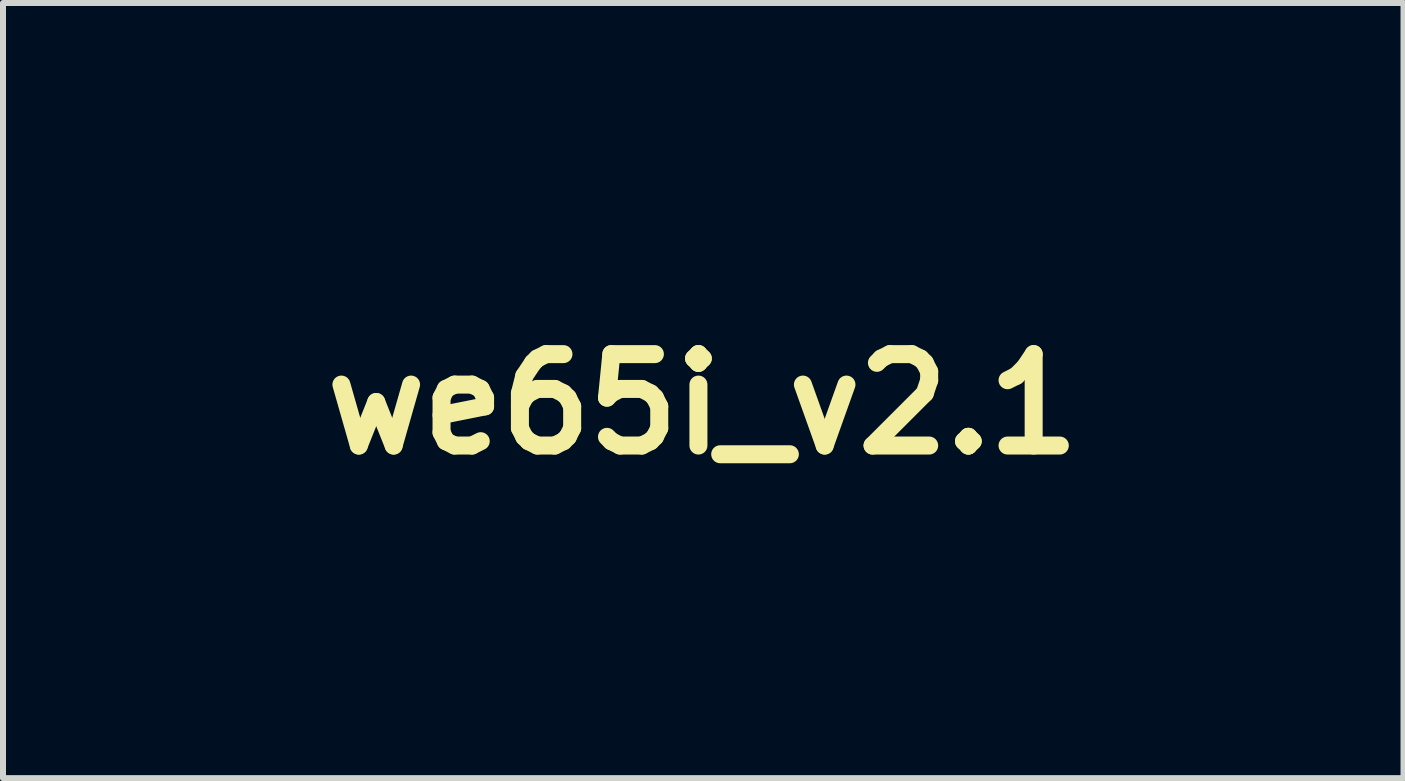
<source format=kicad_pcb>
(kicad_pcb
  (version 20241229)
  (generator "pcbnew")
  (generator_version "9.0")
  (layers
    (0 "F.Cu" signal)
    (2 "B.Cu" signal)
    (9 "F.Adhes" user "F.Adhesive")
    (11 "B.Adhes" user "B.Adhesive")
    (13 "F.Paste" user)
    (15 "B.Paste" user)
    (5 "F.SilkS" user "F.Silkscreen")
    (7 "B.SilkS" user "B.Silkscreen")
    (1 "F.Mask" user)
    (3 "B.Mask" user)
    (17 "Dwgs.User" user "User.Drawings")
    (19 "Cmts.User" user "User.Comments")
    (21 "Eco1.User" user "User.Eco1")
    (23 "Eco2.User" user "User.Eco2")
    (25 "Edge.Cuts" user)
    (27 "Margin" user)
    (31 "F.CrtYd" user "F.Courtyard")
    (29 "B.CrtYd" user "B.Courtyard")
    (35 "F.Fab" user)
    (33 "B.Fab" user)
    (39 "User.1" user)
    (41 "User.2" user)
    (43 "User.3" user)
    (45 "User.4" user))
  (footprint "we65i_v2.1"
    (layer "F.Cu")
    (at 8.664 3.687)
    (property "Reference" "we65i_v2.1" (at 0 0 0) (layer "F.SilkS") (effects (font (size 1.524 1.524) (thickness 0.3))))
    (attr through_hole)
    (fp_poly (pts (xy 8.451 -0.492) (xy 7.679 -0.492) (xy 7.679 -2.622) (xy 8.451 -2.622) (xy 8.451 -0.492)) (stroke (width 0.01) (type solid)) (fill yes) (layer "F.Mask"))
    (fp_poly (pts (xy -5.689 1.966) (xy -5.501 1.966) (xy -5.501 2.247) (xy -6.204 2.247) (xy -6.204 1.966) (xy -5.992 1.966) (xy -5.998 1.691) (xy -6.005 1.416) (xy -6.18 1.402) (xy -6.18 1.147) (xy -5.689 1.147) (xy -5.689 1.966)) (stroke (width 0.01) (type solid)) (fill yes) (layer "F.Mask"))
    (fp_poly (pts (xy 5.338 1.966) (xy 5.525 1.966) (xy 5.525 2.247) (xy 4.822 2.247) (xy 4.822 1.966) (xy 5.035 1.966) (xy 5.028 1.691) (xy 5.021 1.416) (xy 4.846 1.402) (xy 4.846 1.147) (xy 5.338 1.147) (xy 5.338 1.966)) (stroke (width 0.01) (type solid)) (fill yes) (layer "F.Mask"))
    (fp_poly (pts (xy -6.382 1.962) (xy -6.327 2.011) (xy -6.301 2.077) (xy -6.306 2.149) (xy -6.349 2.214) (xy -6.359 2.222) (xy -6.433 2.264) (xy -6.5 2.261) (xy -6.568 2.213) (xy -6.568 2.213) (xy -6.615 2.146) (xy -6.618 2.079) (xy -6.577 2.005) (xy -6.577 2.005) (xy -6.512 1.953) (xy -6.459 1.943) (xy -6.382 1.962)) (stroke (width 0.01) (type solid)) (fill yes) (layer "F.Mask"))
    (fp_poly (pts (xy 8.201 -3.661) (xy 8.314 -3.601) (xy 8.401 -3.509) (xy 8.457 -3.391) (xy 8.474 -3.266) (xy 8.453 -3.132) (xy 8.395 -3.018) (xy 8.306 -2.928) (xy 8.195 -2.868) (xy 8.069 -2.845) (xy 7.962 -2.856) (xy 7.849 -2.905) (xy 7.75 -2.988) (xy 7.676 -3.095) (xy 7.642 -3.194) (xy 7.642 -3.313) (xy 7.68 -3.433) (xy 7.749 -3.542) (xy 7.842 -3.626) (xy 7.874 -3.644) (xy 7.941 -3.667) (xy 8.028 -3.68) (xy 8.07 -3.682) (xy 8.201 -3.661)) (stroke (width 0.01) (type solid)) (fill yes) (layer "F.Mask"))
    (fp_poly (pts (xy 1.56 -1.663) (xy 1.594 -1.654) (xy 1.743 -1.589) (xy 1.863 -1.493) (xy 1.953 -1.372) (xy 2.011 -1.234) (xy 2.037 -1.087) (xy 2.028 -0.936) (xy 1.982 -0.789) (xy 1.9 -0.654) (xy 1.827 -0.577) (xy 1.723 -0.496) (xy 1.62 -0.447) (xy 1.502 -0.425) (xy 1.41 -0.421) (xy 1.299 -0.427) (xy 1.209 -0.447) (xy 1.129 -0.482) (xy 0.987 -0.577) (xy 0.881 -0.7) (xy 0.813 -0.848) (xy 0.787 -1.016) (xy 0.787 -1.03) (xy 0.797 -1.183) (xy 0.834 -1.308) (xy 0.902 -1.42) (xy 0.944 -1.469) (xy 1.079 -1.584) (xy 1.228 -1.656) (xy 1.389 -1.682) (xy 1.56 -1.663)) (stroke (width 0.01) (type solid)) (fill yes) (layer "F.Mask"))
    (fp_poly (pts (xy 8.343 1.432) (xy 8.45 1.488) (xy 8.531 1.574) (xy 8.54 1.589) (xy 8.563 1.634) (xy 8.577 1.682) (xy 8.586 1.744) (xy 8.59 1.83) (xy 8.592 1.952) (xy 8.592 1.964) (xy 8.592 2.247) (xy 8.287 2.247) (xy 8.287 1.995) (xy 8.285 1.868) (xy 8.278 1.781) (xy 8.263 1.727) (xy 8.236 1.698) (xy 8.196 1.687) (xy 8.17 1.686) (xy 8.122 1.69) (xy 8.089 1.71) (xy 8.069 1.75) (xy 8.058 1.82) (xy 8.053 1.925) (xy 8.053 1.995) (xy 8.053 2.247) (xy 7.745 2.247) (xy 7.753 1.945) (xy 7.759 1.798) (xy 7.77 1.69) (xy 7.79 1.611) (xy 7.824 1.553) (xy 7.874 1.507) (xy 7.944 1.466) (xy 7.96 1.457) (xy 8.087 1.414) (xy 8.218 1.406) (xy 8.343 1.432)) (stroke (width 0.01) (type solid)) (fill yes) (layer "F.Mask"))
    (fp_poly (pts (xy -7.093 1.152) (xy -6.982 1.169) (xy -6.9 1.202) (xy -6.84 1.254) (xy -6.794 1.328) (xy -6.787 1.344) (xy -6.75 1.464) (xy -6.755 1.573) (xy -6.803 1.677) (xy -6.896 1.776) (xy -6.994 1.849) (xy -7.152 1.955) (xy -6.947 1.962) (xy -6.742 1.968) (xy -6.742 2.247) (xy -7.041 2.246) (xy -7.158 2.244) (xy -7.263 2.239) (xy -7.342 2.233) (xy -7.387 2.225) (xy -7.389 2.224) (xy -7.459 2.174) (xy -7.513 2.097) (xy -7.538 2.011) (xy -7.538 2) (xy -7.53 1.943) (xy -7.502 1.887) (xy -7.449 1.828) (xy -7.366 1.757) (xy -7.257 1.678) (xy -7.151 1.595) (xy -7.09 1.528) (xy -7.072 1.476) (xy -7.099 1.438) (xy -7.17 1.415) (xy -7.286 1.405) (xy -7.32 1.405) (xy -7.491 1.405) (xy -7.491 1.147) (xy -7.242 1.147) (xy -7.093 1.152)) (stroke (width 0.01) (type solid)) (fill yes) (layer "F.Mask"))
    (fp_poly (pts (xy 2.388 1.152) (xy 2.499 1.169) (xy 2.581 1.202) (xy 2.641 1.254) (xy 2.687 1.328) (xy 2.694 1.344) (xy 2.731 1.464) (xy 2.726 1.573) (xy 2.678 1.677) (xy 2.585 1.776) (xy 2.487 1.849) (xy 2.329 1.955) (xy 2.534 1.962) (xy 2.739 1.968) (xy 2.739 2.247) (xy 2.441 2.246) (xy 2.323 2.244) (xy 2.219 2.239) (xy 2.139 2.233) (xy 2.094 2.225) (xy 2.093 2.224) (xy 2.022 2.174) (xy 1.968 2.097) (xy 1.943 2.011) (xy 1.943 2) (xy 1.951 1.943) (xy 1.979 1.887) (xy 2.032 1.828) (xy 2.115 1.757) (xy 2.224 1.678) (xy 2.33 1.595) (xy 2.392 1.528) (xy 2.409 1.476) (xy 2.382 1.438) (xy 2.311 1.415) (xy 2.195 1.405) (xy 2.161 1.405) (xy 1.99 1.405) (xy 1.99 1.147) (xy 2.239 1.147) (xy 2.388 1.152)) (stroke (width 0.01) (type solid)) (fill yes) (layer "F.Mask"))
    (fp_poly (pts (xy 4.378 1.152) (xy 4.489 1.169) (xy 4.571 1.202) (xy 4.63 1.254) (xy 4.677 1.328) (xy 4.684 1.344) (xy 4.721 1.464) (xy 4.716 1.573) (xy 4.668 1.677) (xy 4.575 1.776) (xy 4.477 1.849) (xy 4.319 1.955) (xy 4.524 1.962) (xy 4.729 1.968) (xy 4.729 2.247) (xy 4.43 2.246) (xy 4.313 2.244) (xy 4.208 2.239) (xy 4.129 2.233) (xy 4.084 2.225) (xy 4.082 2.224) (xy 4.012 2.174) (xy 3.958 2.097) (xy 3.933 2.011) (xy 3.933 2) (xy 3.941 1.943) (xy 3.969 1.887) (xy 4.022 1.828) (xy 4.105 1.757) (xy 4.214 1.678) (xy 4.32 1.595) (xy 4.381 1.528) (xy 4.399 1.476) (xy 4.372 1.438) (xy 4.301 1.415) (xy 4.185 1.405) (xy 4.151 1.405) (xy 3.98 1.405) (xy 3.98 1.147) (xy 4.229 1.147) (xy 4.378 1.152)) (stroke (width 0.01) (type solid)) (fill yes) (layer "F.Mask"))
    (fp_poly (pts (xy 6.574 1.773) (xy 6.571 1.962) (xy 6.569 2.111) (xy 6.565 2.224) (xy 6.561 2.307) (xy 6.555 2.367) (xy 6.547 2.409) (xy 6.537 2.439) (xy 6.523 2.463) (xy 6.521 2.467) (xy 6.444 2.542) (xy 6.344 2.585) (xy 6.233 2.595) (xy 6.125 2.569) (xy 6.094 2.553) (xy 6.027 2.501) (xy 5.988 2.438) (xy 5.971 2.352) (xy 5.97 2.291) (xy 5.975 2.254) (xy 6.19 2.254) (xy 6.204 2.298) (xy 6.238 2.314) (xy 6.247 2.313) (xy 6.271 2.295) (xy 6.286 2.249) (xy 6.293 2.179) (xy 6.296 2.107) (xy 6.292 2.075) (xy 6.278 2.072) (xy 6.261 2.084) (xy 6.219 2.135) (xy 6.196 2.196) (xy 6.19 2.254) (xy 5.975 2.254) (xy 5.992 2.139) (xy 6.059 2) (xy 6.171 1.876) (xy 6.274 1.785) (xy 6.274 1.405) (xy 6.063 1.405) (xy 6.063 1.147) (xy 6.581 1.147) (xy 6.574 1.773)) (stroke (width 0.01) (type solid)) (fill yes) (layer "F.Mask"))
    (fp_poly (pts (xy 7.252 1.416) (xy 7.377 1.457) (xy 7.484 1.528) (xy 7.562 1.624) (xy 7.583 1.669) (xy 7.594 1.72) (xy 7.602 1.804) (xy 7.607 1.909) (xy 7.608 1.991) (xy 7.608 2.247) (xy 7.468 2.247) (xy 7.39 2.246) (xy 7.348 2.24) (xy 7.331 2.223) (xy 7.327 2.19) (xy 7.327 2.184) (xy 7.327 2.122) (xy 7.259 2.187) (xy 7.166 2.246) (xy 7.058 2.266) (xy 6.947 2.247) (xy 6.906 2.229) (xy 6.807 2.151) (xy 6.741 2.049) (xy 6.707 1.933) (xy 6.705 1.832) (xy 7.009 1.832) (xy 7.022 1.905) (xy 7.067 1.968) (xy 7.131 1.997) (xy 7.201 1.989) (xy 7.262 1.945) (xy 7.27 1.935) (xy 7.299 1.861) (xy 7.294 1.787) (xy 7.259 1.726) (xy 7.198 1.69) (xy 7.164 1.686) (xy 7.085 1.705) (xy 7.031 1.757) (xy 7.009 1.832) (xy 6.705 1.832) (xy 6.704 1.81) (xy 6.732 1.69) (xy 6.79 1.581) (xy 6.877 1.492) (xy 6.981 1.436) (xy 7.116 1.408) (xy 7.252 1.416)) (stroke (width 0.01) (type solid)) (fill yes) (layer "F.Mask"))
    (fp_poly (pts (xy -7.714 1.429) (xy -7.656 1.431) (xy -7.632 1.434) (xy -7.632 1.435) (xy -7.639 1.462) (xy -7.659 1.525) (xy -7.688 1.613) (xy -7.724 1.717) (xy -7.762 1.829) (xy -7.8 1.938) (xy -7.835 2.036) (xy -7.863 2.114) (xy -7.882 2.162) (xy -7.886 2.17) (xy -7.931 2.215) (xy -8.003 2.251) (xy -8.085 2.269) (xy -8.109 2.27) (xy -8.166 2.258) (xy -8.22 2.235) (xy -8.271 2.197) (xy -8.299 2.16) (xy -8.311 2.126) (xy -8.335 2.058) (xy -8.366 1.968) (xy -8.402 1.862) (xy -8.44 1.752) (xy -8.476 1.646) (xy -8.507 1.552) (xy -8.53 1.481) (xy -8.543 1.44) (xy -8.545 1.435) (xy -8.523 1.431) (xy -8.467 1.429) (xy -8.388 1.428) (xy -8.382 1.428) (xy -8.294 1.43) (xy -8.242 1.437) (xy -8.216 1.453) (xy -8.209 1.469) (xy -8.199 1.509) (xy -8.182 1.582) (xy -8.16 1.677) (xy -8.146 1.74) (xy -8.124 1.835) (xy -8.104 1.908) (xy -8.09 1.951) (xy -8.084 1.958) (xy -8.074 1.932) (xy -8.058 1.871) (xy -8.038 1.785) (xy -8.028 1.74) (xy -8.007 1.641) (xy -7.988 1.554) (xy -7.974 1.494) (xy -7.971 1.481) (xy -7.961 1.453) (xy -7.938 1.437) (xy -7.893 1.43) (xy -7.813 1.428) (xy -7.795 1.428) (xy -7.714 1.429)) (stroke (width 0.01) (type solid)) (fill yes) (layer "F.Mask"))
    (fp_poly (pts (xy 7.21 -2.786) (xy 6.04 -2.786) (xy 6.04 -2.458) (xy 6.281 -2.458) (xy 6.516 -2.445) (xy 6.718 -2.404) (xy 6.892 -2.334) (xy 7.042 -2.233) (xy 7.131 -2.149) (xy 7.2 -2.063) (xy 7.266 -1.964) (xy 7.3 -1.901) (xy 7.328 -1.838) (xy 7.346 -1.78) (xy 7.356 -1.715) (xy 7.361 -1.631) (xy 7.362 -1.514) (xy 7.362 -1.498) (xy 7.362 -1.379) (xy 7.358 -1.293) (xy 7.348 -1.228) (xy 7.331 -1.17) (xy 7.303 -1.105) (xy 7.288 -1.071) (xy 7.19 -0.91) (xy 7.061 -0.763) (xy 6.913 -0.645) (xy 6.882 -0.626) (xy 6.818 -0.59) (xy 6.754 -0.562) (xy 6.686 -0.539) (xy 6.606 -0.522) (xy 6.51 -0.509) (xy 6.391 -0.501) (xy 6.245 -0.495) (xy 6.064 -0.493) (xy 5.844 -0.492) (xy 5.777 -0.492) (xy 5.057 -0.492) (xy 5.057 -1.264) (xy 5.666 -1.264) (xy 5.874 -1.265) (xy 6.04 -1.267) (xy 6.169 -1.272) (xy 6.267 -1.281) (xy 6.34 -1.294) (xy 6.391 -1.313) (xy 6.427 -1.338) (xy 6.453 -1.372) (xy 6.473 -1.413) (xy 6.474 -1.415) (xy 6.495 -1.478) (xy 6.493 -1.53) (xy 6.475 -1.579) (xy 6.454 -1.623) (xy 6.428 -1.658) (xy 6.392 -1.685) (xy 6.341 -1.705) (xy 6.269 -1.718) (xy 6.17 -1.726) (xy 6.039 -1.73) (xy 5.87 -1.732) (xy 5.737 -1.732) (xy 5.174 -1.732) (xy 5.174 -3.558) (xy 7.21 -3.558) (xy 7.21 -2.786)) (stroke (width 0.01) (type solid)) (fill yes) (layer "F.Mask"))
    (fp_poly (pts (xy 3.489 1.139) (xy 3.613 1.188) (xy 3.708 1.27) (xy 3.726 1.293) (xy 3.748 1.327) (xy 3.763 1.363) (xy 3.773 1.41) (xy 3.778 1.477) (xy 3.78 1.574) (xy 3.781 1.687) (xy 3.78 1.816) (xy 3.778 1.906) (xy 3.773 1.969) (xy 3.763 2.013) (xy 3.747 2.047) (xy 3.723 2.081) (xy 3.718 2.088) (xy 3.655 2.152) (xy 3.58 2.205) (xy 3.566 2.213) (xy 3.466 2.246) (xy 3.35 2.262) (xy 3.238 2.26) (xy 3.176 2.248) (xy 3.076 2.198) (xy 2.984 2.121) (xy 2.92 2.033) (xy 2.918 2.029) (xy 2.895 1.95) (xy 2.881 1.84) (xy 2.876 1.712) (xy 2.877 1.689) (xy 3.184 1.689) (xy 3.185 1.785) (xy 3.192 1.848) (xy 3.207 1.89) (xy 3.233 1.924) (xy 3.241 1.932) (xy 3.291 1.972) (xy 3.333 1.99) (xy 3.336 1.99) (xy 3.377 1.974) (xy 3.427 1.936) (xy 3.431 1.932) (xy 3.46 1.898) (xy 3.477 1.859) (xy 3.486 1.803) (xy 3.488 1.716) (xy 3.488 1.689) (xy 3.481 1.561) (xy 3.459 1.474) (xy 3.42 1.422) (xy 3.36 1.4) (xy 3.336 1.399) (xy 3.269 1.412) (xy 3.223 1.453) (xy 3.196 1.529) (xy 3.184 1.643) (xy 3.184 1.689) (xy 2.877 1.689) (xy 2.88 1.582) (xy 2.892 1.462) (xy 2.913 1.367) (xy 2.926 1.334) (xy 3.003 1.232) (xy 3.113 1.163) (xy 3.252 1.128) (xy 3.333 1.124) (xy 3.489 1.139)) (stroke (width 0.01) (type solid)) (fill yes) (layer "F.Mask"))
    (fp_poly (pts (xy 0.743 -0.105) (xy 1.444 -0.105) (xy 2.101 -0.105) (xy 2.716 -0.105) (xy 3.29 -0.105) (xy 3.824 -0.105) (xy 4.32 -0.105) (xy 4.779 -0.104) (xy 5.203 -0.104) (xy 5.593 -0.104) (xy 5.951 -0.103) (xy 6.277 -0.103) (xy 6.574 -0.102) (xy 6.842 -0.101) (xy 7.084 -0.1) (xy 7.301 -0.099) (xy 7.494 -0.098) (xy 7.664 -0.097) (xy 7.813 -0.095) (xy 7.943 -0.094) (xy 8.055 -0.092) (xy 8.15 -0.09) (xy 8.229 -0.088) (xy 8.295 -0.086) (xy 8.349 -0.083) (xy 8.391 -0.081) (xy 8.424 -0.078) (xy 8.449 -0.075) (xy 8.468 -0.072) (xy 8.481 -0.068) (xy 8.49 -0.065) (xy 8.493 -0.063) (xy 8.583 0.01) (xy 8.64 0.106) (xy 8.664 0.216) (xy 8.654 0.328) (xy 8.61 0.434) (xy 8.533 0.522) (xy 8.506 0.541) (xy 8.499 0.545) (xy 8.49 0.548) (xy 8.478 0.552) (xy 8.46 0.555) (xy 8.435 0.558) (xy 8.402 0.561) (xy 8.36 0.563) (xy 8.307 0.566) (xy 8.242 0.568) (xy 8.163 0.57) (xy 8.068 0.572) (xy 7.958 0.574) (xy 7.828 0.575) (xy 7.68 0.577) (xy 7.51 0.578) (xy 7.318 0.579) (xy 7.103 0.58) (xy 6.862 0.581) (xy 6.594 0.582) (xy 6.298 0.582) (xy 5.973 0.583) (xy 5.616 0.583) (xy 5.228 0.584) (xy 4.805 0.584) (xy 4.347 0.584) (xy 3.852 0.585) (xy 3.32 0.585) (xy 2.747 0.585) (xy 2.134 0.585) (xy 1.478 0.585) (xy 0.778 0.585) (xy 0.033 0.585) (xy 0.009 0.585) (xy -8.421 0.585) (xy -8.5 0.532) (xy -8.592 0.447) (xy -8.644 0.344) (xy -8.657 0.232) (xy -8.63 0.12) (xy -8.565 0.014) (xy -8.489 -0.057) (xy -8.424 -0.105) (xy -0.004 -0.105) (xy 0.743 -0.105)) (stroke (width 0.01) (type solid)) (fill yes) (layer "F.Mask"))
    (fp_poly (pts (xy 4.038 -3.558) (xy 4.17 -3.556) (xy 4.279 -3.554) (xy 4.356 -3.551) (xy 4.397 -3.548) (xy 4.401 -3.546) (xy 4.389 -3.524) (xy 4.354 -3.469) (xy 4.3 -3.386) (xy 4.231 -3.28) (xy 4.15 -3.158) (xy 4.097 -3.078) (xy 4.011 -2.948) (xy 3.934 -2.831) (xy 3.87 -2.731) (xy 3.823 -2.656) (xy 3.797 -2.61) (xy 3.792 -2.599) (xy 3.813 -2.583) (xy 3.863 -2.575) (xy 3.872 -2.575) (xy 3.975 -2.562) (xy 4.098 -2.528) (xy 4.226 -2.479) (xy 4.34 -2.42) (xy 4.369 -2.401) (xy 4.527 -2.268) (xy 4.651 -2.106) (xy 4.741 -1.922) (xy 4.794 -1.723) (xy 4.81 -1.514) (xy 4.787 -1.303) (xy 4.722 -1.096) (xy 4.705 -1.059) (xy 4.604 -0.893) (xy 4.465 -0.746) (xy 4.297 -0.622) (xy 4.108 -0.529) (xy 3.939 -0.479) (xy 3.785 -0.457) (xy 3.608 -0.448) (xy 3.427 -0.453) (xy 3.263 -0.471) (xy 3.213 -0.48) (xy 3.006 -0.548) (xy 2.815 -0.655) (xy 2.649 -0.795) (xy 2.515 -0.962) (xy 2.457 -1.063) (xy 2.419 -1.146) (xy 2.394 -1.217) (xy 2.38 -1.292) (xy 2.371 -1.388) (xy 2.368 -1.457) (xy 2.367 -1.559) (xy 3.236 -1.559) (xy 3.238 -1.525) (xy 3.271 -1.408) (xy 3.339 -1.315) (xy 3.432 -1.251) (xy 3.543 -1.22) (xy 3.663 -1.228) (xy 3.729 -1.249) (xy 3.833 -1.315) (xy 3.899 -1.406) (xy 3.926 -1.515) (xy 3.917 -1.641) (xy 3.871 -1.747) (xy 3.796 -1.827) (xy 3.698 -1.876) (xy 3.585 -1.89) (xy 3.463 -1.865) (xy 3.418 -1.845) (xy 3.316 -1.771) (xy 3.255 -1.675) (xy 3.236 -1.559) (xy 2.367 -1.559) (xy 2.366 -1.591) (xy 2.374 -1.717) (xy 2.392 -1.839) (xy 2.425 -1.962) (xy 2.472 -2.092) (xy 2.538 -2.233) (xy 2.624 -2.391) (xy 2.731 -2.572) (xy 2.863 -2.78) (xy 3.001 -2.991) (xy 3.377 -3.558) (xy 3.889 -3.558) (xy 4.038 -3.558)) (stroke (width 0.01) (type solid)) (fill yes) (layer "F.Mask"))
    (fp_poly (pts (xy -0.754 -3.492) (xy -0.509 -3.434) (xy -0.287 -3.335) (xy -0.086 -3.196) (xy 0.014 -3.104) (xy 0.153 -2.945) (xy 0.258 -2.779) (xy 0.331 -2.597) (xy 0.376 -2.393) (xy 0.393 -2.16) (xy 0.391 -1.986) (xy 0.386 -1.872) (xy 0.379 -1.774) (xy 0.372 -1.702) (xy 0.365 -1.666) (xy 0.364 -1.664) (xy 0.342 -1.657) (xy 0.282 -1.651) (xy 0.184 -1.646) (xy 0.045 -1.643) (xy -0.135 -1.64) (xy -0.36 -1.639) (xy -0.552 -1.639) (xy -0.789 -1.639) (xy -0.983 -1.638) (xy -1.137 -1.637) (xy -1.256 -1.634) (xy -1.343 -1.629) (xy -1.402 -1.62) (xy -1.436 -1.609) (xy -1.449 -1.593) (xy -1.446 -1.572) (xy -1.429 -1.546) (xy -1.402 -1.513) (xy -1.388 -1.497) (xy -1.351 -1.455) (xy -1.313 -1.422) (xy -1.269 -1.396) (xy -1.213 -1.377) (xy -1.139 -1.363) (xy -1.042 -1.353) (xy -0.916 -1.347) (xy -0.755 -1.342) (xy -0.553 -1.339) (xy -0.533 -1.339) (xy 0.094 -1.33) (xy 0.094 -0.492) (xy -0.509 -0.494) (xy -0.681 -0.496) (xy -0.844 -0.499) (xy -0.991 -0.503) (xy -1.114 -0.507) (xy -1.204 -0.513) (xy -1.245 -0.517) (xy -1.512 -0.576) (xy -1.757 -0.669) (xy -1.978 -0.794) (xy -2.17 -0.948) (xy -2.33 -1.127) (xy -2.453 -1.328) (xy -2.537 -1.549) (xy -2.54 -1.562) (xy -2.559 -1.669) (xy -2.57 -1.808) (xy -2.575 -1.964) (xy -2.571 -2.123) (xy -2.564 -2.223) (xy -1.498 -2.223) (xy -1.059 -2.229) (xy -0.62 -2.236) (xy -0.627 -2.318) (xy -0.654 -2.413) (xy -0.712 -2.509) (xy -0.789 -2.586) (xy -0.817 -2.605) (xy -0.941 -2.652) (xy -1.078 -2.661) (xy -1.217 -2.633) (xy -1.343 -2.568) (xy -1.402 -2.508) (xy -1.455 -2.421) (xy -1.49 -2.33) (xy -1.498 -2.276) (xy -1.498 -2.223) (xy -2.564 -2.223) (xy -2.561 -2.271) (xy -2.543 -2.393) (xy -2.539 -2.41) (xy -2.479 -2.604) (xy -2.391 -2.778) (xy -2.269 -2.945) (xy -2.166 -3.058) (xy -2.065 -3.155) (xy -1.978 -3.227) (xy -1.891 -3.285) (xy -1.786 -3.339) (xy -1.779 -3.343) (xy -1.543 -3.436) (xy -1.307 -3.491) (xy -1.054 -3.511) (xy -1.023 -3.512) (xy -0.754 -3.492)) (stroke (width 0.01) (type solid)) (fill yes) (layer "F.Mask"))
    (fp_poly (pts (xy 0.765 2.762) (xy 1.473 2.762) (xy 2.136 2.762) (xy 2.758 2.762) (xy 3.338 2.763) (xy 3.878 2.763) (xy 4.38 2.763) (xy 4.845 2.763) (xy 5.275 2.763) (xy 5.67 2.764) (xy 6.033 2.764) (xy 6.365 2.765) (xy 6.667 2.765) (xy 6.941 2.766) (xy 7.187 2.767) (xy 7.409 2.768) (xy 7.606 2.769) (xy 7.78 2.77) (xy 7.933 2.771) (xy 8.066 2.773) (xy 8.181 2.775) (xy 8.279 2.776) (xy 8.361 2.778) (xy 8.429 2.781) (xy 8.485 2.783) (xy 8.529 2.785) (xy 8.563 2.788) (xy 8.588 2.791) (xy 8.607 2.794) (xy 8.619 2.798) (xy 8.628 2.801) (xy 8.634 2.805) (xy 8.638 2.808) (xy 8.662 2.84) (xy 8.674 2.879) (xy 8.675 2.94) (xy 8.669 3.013) (xy 8.659 3.098) (xy 8.646 3.166) (xy 8.632 3.201) (xy 8.586 3.227) (xy 8.525 3.228) (xy 8.47 3.206) (xy 8.452 3.185) (xy 8.434 3.129) (xy 8.428 3.068) (xy 8.428 2.996) (xy -0.093 2.996) (xy -0.843 2.996) (xy -1.548 2.996) (xy -2.209 2.996) (xy -2.828 2.996) (xy -3.405 2.996) (xy -3.943 2.996) (xy -4.443 2.996) (xy -4.905 2.996) (xy -5.332 2.995) (xy -5.725 2.995) (xy -6.086 2.995) (xy -6.415 2.994) (xy -6.714 2.993) (xy -6.985 2.993) (xy -7.229 2.992) (xy -7.448 2.991) (xy -7.643 2.99) (xy -7.815 2.989) (xy -7.965 2.987) (xy -8.096 2.986) (xy -8.208 2.984) (xy -8.304 2.982) (xy -8.384 2.98) (xy -8.449 2.978) (xy -8.502 2.976) (xy -8.544 2.973) (xy -8.576 2.97) (xy -8.599 2.968) (xy -8.615 2.964) (xy -8.626 2.961) (xy -8.632 2.957) (xy -8.636 2.954) (xy -8.638 2.951) (xy -8.659 2.893) (xy -8.646 2.846) (xy -8.615 2.809) (xy -8.611 2.805) (xy -8.605 2.801) (xy -8.596 2.798) (xy -8.584 2.794) (xy -8.565 2.791) (xy -8.54 2.788) (xy -8.506 2.785) (xy -8.463 2.783) (xy -8.408 2.781) (xy -8.34 2.778) (xy -8.258 2.776) (xy -8.161 2.775) (xy -8.047 2.773) (xy -7.915 2.771) (xy -7.762 2.77) (xy -7.589 2.769) (xy -7.393 2.768) (xy -7.172 2.767) (xy -6.927 2.766) (xy -6.654 2.765) (xy -6.353 2.765) (xy -6.023 2.764) (xy -5.661 2.764) (xy -5.266 2.763) (xy -4.838 2.763) (xy -4.374 2.763) (xy -3.874 2.763) (xy -3.335 2.763) (xy -2.756 2.762) (xy -2.137 2.762) (xy -1.475 2.762) (xy -0.769 2.762) (xy -0.017 2.762) (xy 0.012 2.762) (xy 0.765 2.762)) (stroke (width 0.01) (type solid)) (fill yes) (layer "F.Mask"))
    (fp_poly (pts (xy -0.803 1.127) (xy -0.745 1.142) (xy -0.696 1.173) (xy -0.678 1.188) (xy -0.616 1.268) (xy -0.593 1.348) (xy -0.589 1.414) (xy -0.605 1.465) (xy -0.649 1.522) (xy -0.652 1.526) (xy -0.724 1.608) (xy -0.671 1.659) (xy -0.617 1.7) (xy -0.578 1.701) (xy -0.548 1.66) (xy -0.539 1.641) (xy -0.485 1.549) (xy -0.408 1.49) (xy -0.301 1.46) (xy -0.257 1.456) (xy -0.117 1.446) (xy -0.117 1.553) (xy -0.119 1.618) (xy -0.131 1.65) (xy -0.164 1.663) (xy -0.203 1.667) (xy -0.284 1.69) (xy -0.329 1.732) (xy -0.373 1.805) (xy -0.381 1.861) (xy -0.351 1.913) (xy -0.292 1.966) (xy -0.174 2.077) (xy -0.094 2.19) (xy -0.055 2.299) (xy -0.057 2.402) (xy -0.095 2.483) (xy -0.143 2.527) (xy -0.212 2.567) (xy -0.282 2.592) (xy -0.328 2.596) (xy -0.356 2.589) (xy -0.41 2.574) (xy -0.416 2.572) (xy -0.487 2.532) (xy -0.546 2.464) (xy -0.581 2.385) (xy -0.585 2.353) (xy -0.582 2.34) (xy -0.372 2.34) (xy -0.371 2.383) (xy -0.342 2.409) (xy -0.328 2.411) (xy -0.29 2.396) (xy -0.281 2.357) (xy -0.29 2.299) (xy -0.316 2.283) (xy -0.343 2.297) (xy -0.372 2.34) (xy -0.582 2.34) (xy -0.573 2.302) (xy -0.544 2.239) (xy -0.538 2.228) (xy -0.506 2.164) (xy -0.508 2.132) (xy -0.541 2.133) (xy -0.601 2.167) (xy -0.729 2.232) (xy -0.862 2.263) (xy -0.992 2.262) (xy -1.113 2.232) (xy -1.216 2.174) (xy -1.296 2.092) (xy -1.346 1.988) (xy -1.358 1.895) (xy -1.351 1.857) (xy -1.053 1.857) (xy -1.029 1.937) (xy -1.007 1.966) (xy -0.941 2.003) (xy -0.858 2.012) (xy -0.78 1.991) (xy -0.759 1.979) (xy -0.731 1.945) (xy -0.739 1.926) (xy -0.77 1.902) (xy -0.824 1.859) (xy -0.87 1.82) (xy -0.944 1.763) (xy -0.991 1.738) (xy -1.021 1.741) (xy -1.039 1.769) (xy -1.053 1.857) (xy -1.351 1.857) (xy -1.339 1.79) (xy -1.288 1.689) (xy -1.217 1.611) (xy -1.216 1.611) (xy -1.175 1.577) (xy -1.164 1.546) (xy -1.179 1.499) (xy -1.186 1.482) (xy -1.204 1.381) (xy -1.198 1.358) (xy -0.955 1.358) (xy -0.955 1.407) (xy -0.932 1.447) (xy -0.892 1.473) (xy -0.865 1.455) (xy -0.854 1.427) (xy -0.853 1.374) (xy -0.879 1.335) (xy -0.919 1.324) (xy -0.926 1.327) (xy -0.955 1.358) (xy -1.198 1.358) (xy -1.178 1.283) (xy -1.11 1.194) (xy -1.097 1.183) (xy -1.045 1.147) (xy -0.987 1.129) (xy -0.904 1.124) (xy -0.888 1.124) (xy -0.803 1.127)) (stroke (width 0.01) (type solid)) (fill yes) (layer "F.Mask"))
    (fp_poly (pts (xy -5.503 -3.501) (xy -5.354 -3.478) (xy -5.118 -3.406) (xy -4.916 -3.301) (xy -4.746 -3.163) (xy -4.607 -2.989) (xy -4.498 -2.78) (xy -4.488 -2.756) (xy -4.473 -2.715) (xy -4.461 -2.671) (xy -4.452 -2.617) (xy -4.445 -2.548) (xy -4.439 -2.456) (xy -4.434 -2.336) (xy -4.43 -2.181) (xy -4.426 -2.004) (xy -4.413 -1.374) (xy -4.348 -1.326) (xy -4.292 -1.295) (xy -4.241 -1.295) (xy -4.22 -1.301) (xy -4.192 -1.312) (xy -4.168 -1.326) (xy -4.149 -1.347) (xy -4.133 -1.38) (xy -4.121 -1.428) (xy -4.112 -1.495) (xy -4.106 -1.585) (xy -4.102 -1.704) (xy -4.099 -1.854) (xy -4.098 -2.04) (xy -4.097 -2.266) (xy -4.097 -2.441) (xy -4.097 -3.441) (xy -2.996 -3.441) (xy -2.997 -2.476) (xy -2.997 -2.258) (xy -2.999 -2.05) (xy -3.002 -1.859) (xy -3.005 -1.689) (xy -3.009 -1.547) (xy -3.014 -1.438) (xy -3.019 -1.369) (xy -3.021 -1.358) (xy -3.076 -1.146) (xy -3.17 -0.956) (xy -3.301 -0.791) (xy -3.463 -0.653) (xy -3.655 -0.545) (xy -3.873 -0.469) (xy -4.113 -0.429) (xy -4.263 -0.422) (xy -4.471 -0.436) (xy -4.679 -0.477) (xy -4.869 -0.541) (xy -4.935 -0.571) (xy -5.098 -0.676) (xy -5.244 -0.813) (xy -5.366 -0.972) (xy -5.456 -1.143) (xy -5.499 -1.283) (xy -5.507 -1.345) (xy -5.514 -1.446) (xy -5.519 -1.578) (xy -5.523 -1.734) (xy -5.525 -1.907) (xy -5.525 -1.969) (xy -5.525 -2.53) (xy -5.582 -2.588) (xy -5.655 -2.636) (xy -5.729 -2.638) (xy -5.798 -2.595) (xy -5.802 -2.591) (xy -5.818 -2.572) (xy -5.831 -2.549) (xy -5.84 -2.517) (xy -5.846 -2.469) (xy -5.85 -2.399) (xy -5.852 -2.3) (xy -5.853 -2.167) (xy -5.853 -2.012) (xy -5.854 -1.791) (xy -5.859 -1.61) (xy -5.867 -1.463) (xy -5.88 -1.342) (xy -5.898 -1.242) (xy -5.923 -1.155) (xy -5.954 -1.075) (xy -5.963 -1.055) (xy -6.031 -0.944) (xy -6.128 -0.826) (xy -6.243 -0.714) (xy -6.362 -0.62) (xy -6.43 -0.579) (xy -6.61 -0.504) (xy -6.817 -0.452) (xy -7.037 -0.426) (xy -7.256 -0.426) (xy -7.461 -0.455) (xy -7.477 -0.459) (xy -7.686 -0.529) (xy -7.877 -0.633) (xy -8.044 -0.764) (xy -8.18 -0.917) (xy -8.265 -1.06) (xy -8.291 -1.121) (xy -8.313 -1.185) (xy -8.331 -1.258) (xy -8.346 -1.342) (xy -8.358 -1.443) (xy -8.366 -1.566) (xy -8.373 -1.715) (xy -8.377 -1.895) (xy -8.379 -2.109) (xy -8.38 -2.363) (xy -8.381 -2.522) (xy -8.381 -3.441) (xy -7.281 -3.441) (xy -7.281 -1.402) (xy -7.223 -1.345) (xy -7.17 -1.305) (xy -7.119 -1.288) (xy -7.117 -1.288) (xy -7.067 -1.303) (xy -7.013 -1.342) (xy -7.01 -1.345) (xy -6.953 -1.402) (xy -6.953 -1.964) (xy -6.952 -2.146) (xy -6.948 -2.311) (xy -6.943 -2.453) (xy -6.937 -2.565) (xy -6.929 -2.638) (xy -6.926 -2.65) (xy -6.861 -2.848) (xy -6.754 -3.028) (xy -6.61 -3.186) (xy -6.43 -3.319) (xy -6.218 -3.424) (xy -6.164 -3.444) (xy -6.025 -3.48) (xy -5.858 -3.501) (xy -5.678 -3.508) (xy -5.503 -3.501)) (stroke (width 0.01) (type solid)) (fill yes) (layer "F.Mask")))
  (gr_rect
    (start -3 -3)
    (end 20.344 9.92)
    (stroke (width 0.1) (type default))
    (fill no)
    (layer "Edge.Cuts")))
</source>
